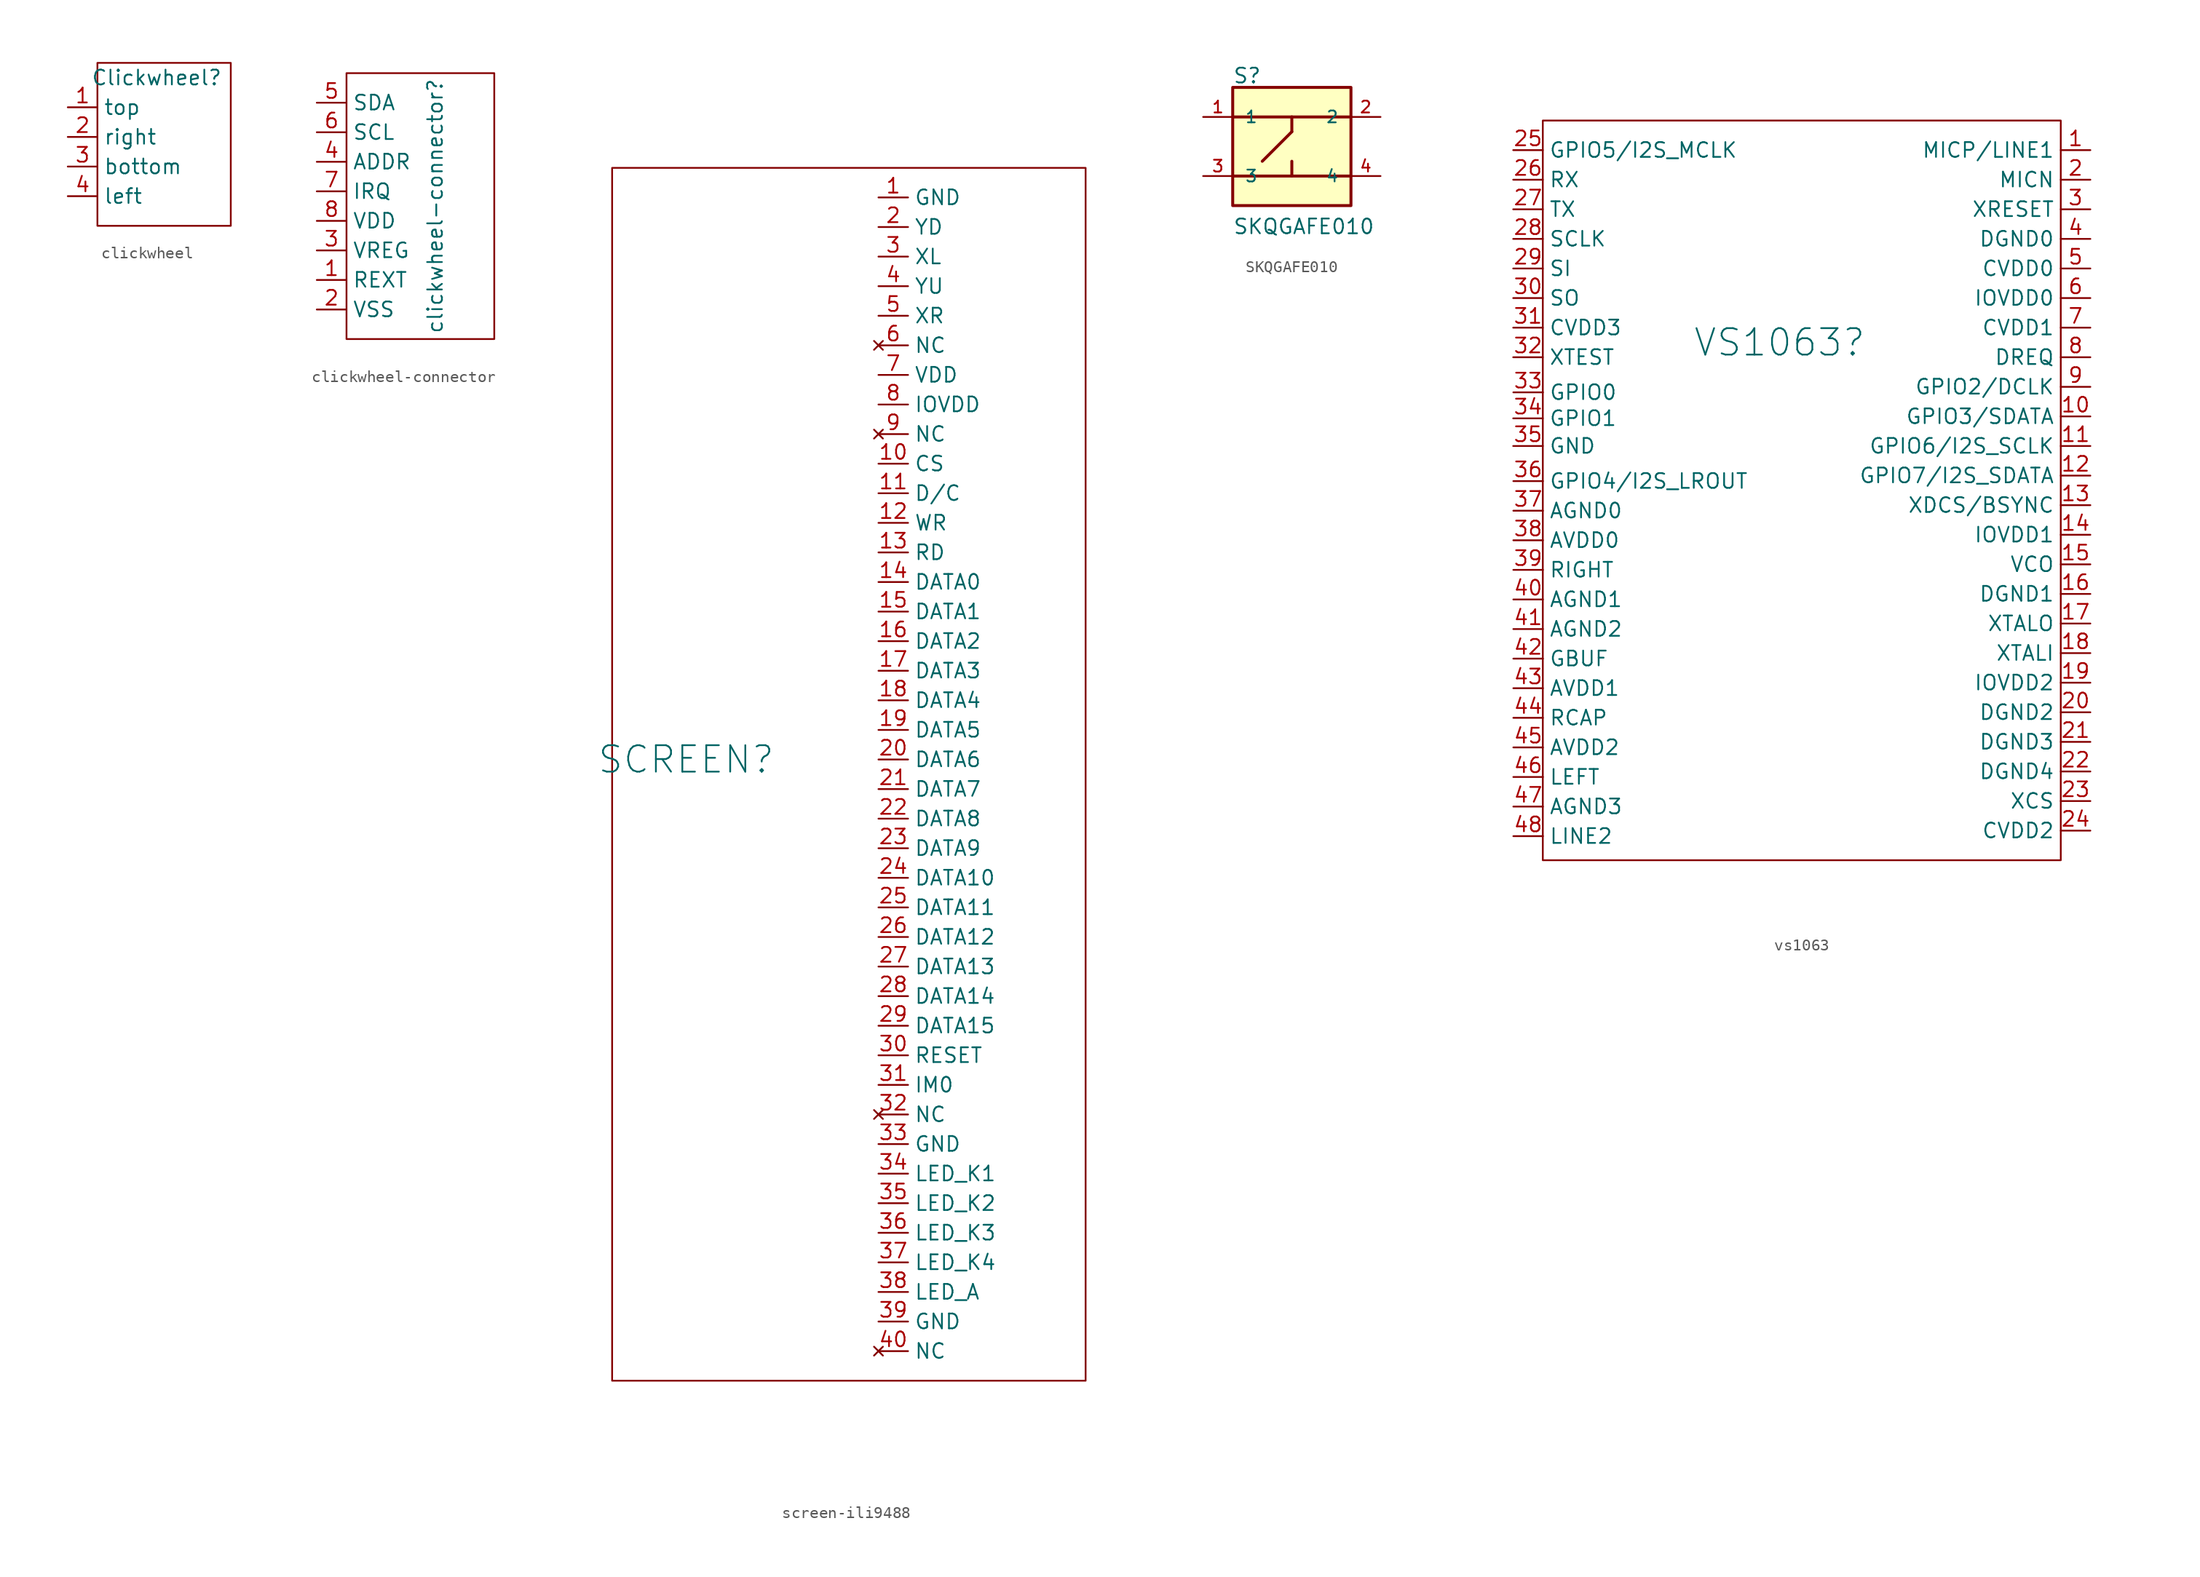
<source format=kicad_sym>
(kicad_symbol_lib
  (version 20220914)
  (generator kicad_symbol_editor)
  (symbol "clickwheel"
    (property "Reference" "Clickwheel"
      (at 0 5.08 0)
      (effects (font (size 1.27 1.27))))
    (property "Value" ""
      (at 0 -2.54 0)
      (effects (font (size 1.27 1.27))))
    (symbol "clickwheel_0_1"
      (rectangle (start -5.08 6.35) (end 6.35 -7.62) (stroke (width 0) (type default)) (fill (type none))))
    (symbol "clickwheel_1_1"
      (pin input line (at -7.62 2.54 0) (length 2.54) (name "top" (effects (font (size 1.27 1.27)))) (number "1" (effects (font (size 1.27 1.27)))))
      (pin input line (at -7.62 0 0) (length 2.54) (name "right" (effects (font (size 1.27 1.27)))) (number "2" (effects (font (size 1.27 1.27)))))
      (pin input line (at -7.62 -2.54 0) (length 2.54) (name "bottom" (effects (font (size 1.27 1.27)))) (number "3" (effects (font (size 1.27 1.27)))))
      (pin input line (at -7.62 -5.08 0) (length 2.54) (name "left" (effects (font (size 1.27 1.27)))) (number "4" (effects (font (size 1.27 1.27)))))))
  (symbol "clickwheel-connector"
    (property "Reference" "clickwheel-connector"
      (at 1.284 -2.54 90)
      (effects (font (size 1.27 1.27))))
    (property "Value" ""
      (at 0.014 -1.27 0)
      (effects (font (size 1.27 1.27))))
    (symbol "clickwheel-connector_0_1"
      (rectangle (start -6.336 8.89) (end 6.364 -13.97) (stroke (width 0) (type default)) (fill (type none))))
    (symbol "clickwheel-connector_1_1"
      (pin passive line (at -8.89 -8.89 0) (length 2.54) (name "REXT" (effects (font (size 1.27 1.27)))) (number "1" (effects (font (size 1.27 1.27)))))
      (pin power_in line (at -8.89 -11.43 0) (length 2.54) (name "VSS" (effects (font (size 1.27 1.27)))) (number "2" (effects (font (size 1.27 1.27)))))
      (pin input line (at -8.89 -6.35 0) (length 2.54) (name "VREG" (effects (font (size 1.27 1.27)))) (number "3" (effects (font (size 1.27 1.27)))))
      (pin input line (at -8.89 1.27 0) (length 2.54) (name "ADDR" (effects (font (size 1.27 1.27)))) (number "4" (effects (font (size 1.27 1.27)))))
      (pin bidirectional line (at -8.89 6.35 0) (length 2.54) (name "SDA" (effects (font (size 1.27 1.27)))) (number "5" (effects (font (size 1.27 1.27)))))
      (pin input line (at -8.89 3.81 0) (length 2.54) (name "SCL" (effects (font (size 1.27 1.27)))) (number "6" (effects (font (size 1.27 1.27)))))
      (pin input line (at -8.89 -1.27 0) (length 2.54) (name "IRQ" (effects (font (size 1.27 1.27)))) (number "7" (effects (font (size 1.27 1.27)))))
      (pin power_in line (at -8.89 -3.81 0) (length 2.54) (name "VDD" (effects (font (size 1.27 1.27)))) (number "8" (effects (font (size 1.27 1.27)))))))
  (symbol "screen-ili9488"
    (property "Reference" "SCREEN"
      (at -7.62 0 0)
      (effects (font (size 2.27 2.27))))
    (property "Value" ""
      (at 2.54 40.64 0)
      (effects (font (size 1.27 1.27))))
    (symbol "screen-ili9488_0_1"
      (rectangle (start -13.97 50.8) (end 26.67 -53.34) (stroke (width 0) (type default)) (fill (type none))))
    (symbol "screen-ili9488_1_1"
      (pin free line (at 8.89 48.26 0) (length 2.54) (name "GND" (effects (font (size 1.27 1.27)))) (number "1" (effects (font (size 1.27 1.27)))))
      (pin input line (at 8.89 25.4 0) (length 2.54) (name "CS" (effects (font (size 1.27 1.27)))) (number "10" (effects (font (size 1.27 1.27)))))
      (pin input line (at 8.89 22.86 0) (length 2.54) (name "D/C" (effects (font (size 1.27 1.27)))) (number "11" (effects (font (size 1.27 1.27)))))
      (pin input line (at 8.89 20.32 0) (length 2.54) (name "WR" (effects (font (size 1.27 1.27)))) (number "12" (effects (font (size 1.27 1.27)))))
      (pin input line (at 8.89 17.78 0) (length 2.54) (name "RD" (effects (font (size 1.27 1.27)))) (number "13" (effects (font (size 1.27 1.27)))))
      (pin bidirectional line (at 8.89 15.24 0) (length 2.54) (name "DATA0" (effects (font (size 1.27 1.27)))) (number "14" (effects (font (size 1.27 1.27)))))
      (pin bidirectional line (at 8.89 12.7 0) (length 2.54) (name "DATA1" (effects (font (size 1.27 1.27)))) (number "15" (effects (font (size 1.27 1.27)))))
      (pin bidirectional line (at 8.89 10.16 0) (length 2.54) (name "DATA2" (effects (font (size 1.27 1.27)))) (number "16" (effects (font (size 1.27 1.27)))))
      (pin bidirectional line (at 8.89 7.62 0) (length 2.54) (name "DATA3" (effects (font (size 1.27 1.27)))) (number "17" (effects (font (size 1.27 1.27)))))
      (pin bidirectional line (at 8.89 5.08 0) (length 2.54) (name "DATA4" (effects (font (size 1.27 1.27)))) (number "18" (effects (font (size 1.27 1.27)))))
      (pin bidirectional line (at 8.89 2.54 0) (length 2.54) (name "DATA5" (effects (font (size 1.27 1.27)))) (number "19" (effects (font (size 1.27 1.27)))))
      (pin input line (at 8.89 45.72 0) (length 2.54) (name "YD" (effects (font (size 1.27 1.27)))) (number "2" (effects (font (size 1.27 1.27)))))
      (pin bidirectional line (at 8.89 0 0) (length 2.54) (name "DATA6" (effects (font (size 1.27 1.27)))) (number "20" (effects (font (size 1.27 1.27)))))
      (pin bidirectional line (at 8.89 -2.54 0) (length 2.54) (name "DATA7" (effects (font (size 1.27 1.27)))) (number "21" (effects (font (size 1.27 1.27)))))
      (pin bidirectional line (at 8.89 -5.08 0) (length 2.54) (name "DATA8" (effects (font (size 1.27 1.27)))) (number "22" (effects (font (size 1.27 1.27)))))
      (pin bidirectional line (at 8.89 -7.62 0) (length 2.54) (name "DATA9" (effects (font (size 1.27 1.27)))) (number "23" (effects (font (size 1.27 1.27)))))
      (pin bidirectional line (at 8.89 -10.16 0) (length 2.54) (name "DATA10" (effects (font (size 1.27 1.27)))) (number "24" (effects (font (size 1.27 1.27)))))
      (pin bidirectional line (at 8.89 -12.7 0) (length 2.54) (name "DATA11" (effects (font (size 1.27 1.27)))) (number "25" (effects (font (size 1.27 1.27)))))
      (pin bidirectional line (at 8.89 -15.24 0) (length 2.54) (name "DATA12" (effects (font (size 1.27 1.27)))) (number "26" (effects (font (size 1.27 1.27)))))
      (pin bidirectional line (at 8.89 -17.78 0) (length 2.54) (name "DATA13" (effects (font (size 1.27 1.27)))) (number "27" (effects (font (size 1.27 1.27)))))
      (pin bidirectional line (at 8.89 -20.32 0) (length 2.54) (name "DATA14" (effects (font (size 1.27 1.27)))) (number "28" (effects (font (size 1.27 1.27)))))
      (pin bidirectional line (at 8.89 -22.86 0) (length 2.54) (name "DATA15" (effects (font (size 1.27 1.27)))) (number "29" (effects (font (size 1.27 1.27)))))
      (pin input line (at 8.89 43.18 0) (length 2.54) (name "XL" (effects (font (size 1.27 1.27)))) (number "3" (effects (font (size 1.27 1.27)))))
      (pin input line (at 8.89 -25.4 0) (length 2.54) (name "RESET" (effects (font (size 1.27 1.27)))) (number "30" (effects (font (size 1.27 1.27)))))
      (pin input line (at 8.89 -27.94 0) (length 2.54) (name "IM0" (effects (font (size 1.27 1.27)))) (number "31" (effects (font (size 1.27 1.27)))))
      (pin no_connect line (at 8.89 -30.48 0) (length 2.54) (name "NC" (effects (font (size 1.27 1.27)))) (number "32" (effects (font (size 1.27 1.27)))))
      (pin power_in line (at 8.89 -33.02 0) (length 2.54) (name "GND" (effects (font (size 1.27 1.27)))) (number "33" (effects (font (size 1.27 1.27)))))
      (pin power_in line (at 8.89 -35.56 0) (length 2.54) (name "LED_K1" (effects (font (size 1.27 1.27)))) (number "34" (effects (font (size 1.27 1.27)))))
      (pin power_in line (at 8.89 -38.1 0) (length 2.54) (name "LED_K2" (effects (font (size 1.27 1.27)))) (number "35" (effects (font (size 1.27 1.27)))))
      (pin power_in line (at 8.89 -40.64 0) (length 2.54) (name "LED_K3" (effects (font (size 1.27 1.27)))) (number "36" (effects (font (size 1.27 1.27)))))
      (pin power_in line (at 8.89 -43.18 0) (length 2.54) (name "LED_K4" (effects (font (size 1.27 1.27)))) (number "37" (effects (font (size 1.27 1.27)))))
      (pin power_in line (at 8.89 -45.72 0) (length 2.54) (name "LED_A" (effects (font (size 1.27 1.27)))) (number "38" (effects (font (size 1.27 1.27)))))
      (pin power_in line (at 8.89 -48.26 0) (length 2.54) (name "GND" (effects (font (size 1.27 1.27)))) (number "39" (effects (font (size 1.27 1.27)))))
      (pin input line (at 8.89 40.64 0) (length 2.54) (name "YU" (effects (font (size 1.27 1.27)))) (number "4" (effects (font (size 1.27 1.27)))))
      (pin no_connect line (at 8.89 -50.8 0) (length 2.54) (name "NC" (effects (font (size 1.27 1.27)))) (number "40" (effects (font (size 1.27 1.27)))))
      (pin input line (at 8.89 38.1 0) (length 2.54) (name "XR" (effects (font (size 1.27 1.27)))) (number "5" (effects (font (size 1.27 1.27)))))
      (pin no_connect line (at 8.89 35.56 0) (length 2.54) (name "NC" (effects (font (size 1.27 1.27)))) (number "6" (effects (font (size 1.27 1.27)))))
      (pin power_in line (at 8.89 33.02 0) (length 2.54) (name "VDD" (effects (font (size 1.27 1.27)))) (number "7" (effects (font (size 1.27 1.27)))))
      (pin power_in line (at 8.89 30.48 0) (length 2.54) (name "IOVDD" (effects (font (size 1.27 1.27)))) (number "8" (effects (font (size 1.27 1.27)))))
      (pin no_connect line (at 8.89 27.94 0) (length 2.54) (name "NC" (effects (font (size 1.27 1.27)))) (number "9" (effects (font (size 1.27 1.27)))))))
  (symbol "SKQGAFE010"
    (pin_names
      (offset 1.016))
    (property "Reference" "S"
      (at -5.087 5.341 0)
      (effects (font (size 1.27 1.27)) (justify left bottom)))
    (property "Value" "SKQGAFE010"
      (at -5.082 -7.623 0)
      (effects (font (size 1.27 1.27)) (justify left bottom)))
    (symbol "SKQGAFE010_0_0"
      (rectangle (start -5.08 -5.08) (end 5.08 5.08) (stroke (width 0.254) (type default)) (fill (type background)))
      (polyline (pts (xy -5.08 -2.54) (xy 0 -2.54)) (stroke (width 0.254) (type default)) (fill (type none)))
      (polyline (pts (xy -5.08 2.54) (xy 0 2.54)) (stroke (width 0.254) (type default)) (fill (type none)))
      (polyline (pts (xy 0 -2.54) (xy 0 -1.27)) (stroke (width 0.254) (type default)) (fill (type none)))
      (polyline (pts (xy 0 -2.54) (xy 5.08 -2.54)) (stroke (width 0.254) (type default)) (fill (type none)))
      (polyline (pts (xy 0 1.27) (xy -2.54 -1.27)) (stroke (width 0.254) (type default)) (fill (type none)))
      (polyline (pts (xy 0 2.54) (xy 0 1.27)) (stroke (width 0.254) (type default)) (fill (type none)))
      (polyline (pts (xy 0 2.54) (xy 5.08 2.54)) (stroke (width 0.254) (type default)) (fill (type none)))
      (pin passive line (at -7.62 2.54 0) (length 2.54) (name "1" (effects (font (size 1.016 1.016)))) (number "1" (effects (font (size 1.016 1.016)))))
      (pin passive line (at 7.62 2.54 180) (length 2.54) (name "2" (effects (font (size 1.016 1.016)))) (number "2" (effects (font (size 1.016 1.016)))))
      (pin passive line (at -7.62 -2.54 0) (length 2.54) (name "3" (effects (font (size 1.016 1.016)))) (number "3" (effects (font (size 1.016 1.016)))))
      (pin passive line (at 7.62 -2.54 180) (length 2.54) (name "4" (effects (font (size 1.016 1.016)))) (number "4" (effects (font (size 1.016 1.016)))))))
  (symbol "vs1063"
    (property "Reference" "VS1063"
      (at 0 0 0)
      (effects (font (size 2.27 2.27))))
    (property "Value" ""
      (at -8.89 -8.89 0)
      (effects (font (size 1.27 1.27))))
    (symbol "vs1063_0_1"
      (rectangle (start 24.13 -44.45) (end -20.32 19.05) (stroke (width 0) (type default)) (fill (type none))))
    (symbol "vs1063_1_1"
      (pin input line (at 26.67 16.51 180) (length 2.54) (name "MICP/LINE1" (effects (font (size 1.27 1.27)))) (number "1" (effects (font (size 1.27 1.27)))))
      (pin input line (at 26.67 -6.35 180) (length 2.54) (name "GPIO3/SDATA" (effects (font (size 1.27 1.27)))) (number "10" (effects (font (size 1.27 1.27)))))
      (pin input line (at 26.67 -8.89 180) (length 2.54) (name "GPIO6/I2S_SCLK" (effects (font (size 1.27 1.27)))) (number "11" (effects (font (size 1.27 1.27)))))
      (pin input line (at 26.67 -11.43 180) (length 2.54) (name "GPIO7/I2S_SDATA" (effects (font (size 1.27 1.27)))) (number "12" (effects (font (size 1.27 1.27)))))
      (pin input line (at 26.67 -13.97 180) (length 2.54) (name "XDCS/BSYNC" (effects (font (size 1.27 1.27)))) (number "13" (effects (font (size 1.27 1.27)))))
      (pin input line (at 26.67 -16.51 180) (length 2.54) (name "IOVDD1" (effects (font (size 1.27 1.27)))) (number "14" (effects (font (size 1.27 1.27)))))
      (pin input line (at 26.67 -19.05 180) (length 2.54) (name "VCO" (effects (font (size 1.27 1.27)))) (number "15" (effects (font (size 1.27 1.27)))))
      (pin input line (at 26.67 -21.59 180) (length 2.54) (name "DGND1" (effects (font (size 1.27 1.27)))) (number "16" (effects (font (size 1.27 1.27)))))
      (pin input line (at 26.67 -24.13 180) (length 2.54) (name "XTALO" (effects (font (size 1.27 1.27)))) (number "17" (effects (font (size 1.27 1.27)))))
      (pin input line (at 26.67 -26.67 180) (length 2.54) (name "XTALI" (effects (font (size 1.27 1.27)))) (number "18" (effects (font (size 1.27 1.27)))))
      (pin input line (at 26.67 -29.21 180) (length 2.54) (name "IOVDD2" (effects (font (size 1.27 1.27)))) (number "19" (effects (font (size 1.27 1.27)))))
      (pin input line (at 26.67 13.97 180) (length 2.54) (name "MICN" (effects (font (size 1.27 1.27)))) (number "2" (effects (font (size 1.27 1.27)))))
      (pin input line (at 26.67 -31.75 180) (length 2.54) (name "DGND2" (effects (font (size 1.27 1.27)))) (number "20" (effects (font (size 1.27 1.27)))))
      (pin input line (at 26.67 -34.29 180) (length 2.54) (name "DGND3" (effects (font (size 1.27 1.27)))) (number "21" (effects (font (size 1.27 1.27)))))
      (pin input line (at 26.67 -36.83 180) (length 2.54) (name "DGND4" (effects (font (size 1.27 1.27)))) (number "22" (effects (font (size 1.27 1.27)))))
      (pin input line (at 26.67 -39.37 180) (length 2.54) (name "XCS" (effects (font (size 1.27 1.27)))) (number "23" (effects (font (size 1.27 1.27)))))
      (pin input line (at 26.67 -41.91 180) (length 2.54) (name "CVDD2" (effects (font (size 1.27 1.27)))) (number "24" (effects (font (size 1.27 1.27)))))
      (pin input line (at -22.86 16.51 0) (length 2.54) (name "GPIO5/I2S_MCLK" (effects (font (size 1.27 1.27)))) (number "25" (effects (font (size 1.27 1.27)))))
      (pin input line (at -22.86 13.97 0) (length 2.54) (name "RX" (effects (font (size 1.27 1.27)))) (number "26" (effects (font (size 1.27 1.27)))))
      (pin input line (at -22.86 11.43 0) (length 2.54) (name "TX" (effects (font (size 1.27 1.27)))) (number "27" (effects (font (size 1.27 1.27)))))
      (pin input line (at -22.86 8.89 0) (length 2.54) (name "SCLK" (effects (font (size 1.27 1.27)))) (number "28" (effects (font (size 1.27 1.27)))))
      (pin input line (at -22.86 6.35 0) (length 2.54) (name "SI" (effects (font (size 1.27 1.27)))) (number "29" (effects (font (size 1.27 1.27)))))
      (pin input line (at 26.67 11.43 180) (length 2.54) (name "XRESET" (effects (font (size 1.27 1.27)))) (number "3" (effects (font (size 1.27 1.27)))))
      (pin input line (at -22.86 3.81 0) (length 2.54) (name "SO" (effects (font (size 1.27 1.27)))) (number "30" (effects (font (size 1.27 1.27)))))
      (pin input line (at -22.86 1.27 0) (length 2.54) (name "CVDD3" (effects (font (size 1.27 1.27)))) (number "31" (effects (font (size 1.27 1.27)))))
      (pin input line (at -22.86 -1.27 0) (length 2.54) (name "XTEST" (effects (font (size 1.27 1.27)))) (number "32" (effects (font (size 1.27 1.27)))))
      (pin input line (at -22.848 -4.284 0) (length 2.54) (name "GPIO0" (effects (font (size 1.27 1.27)))) (number "33" (effects (font (size 1.27 1.27)))))
      (pin input line (at -22.86 -6.516 0) (length 2.54) (name "GPIO1" (effects (font (size 1.27 1.27)))) (number "34" (effects (font (size 1.27 1.27)))))
      (pin input line (at -22.86 -8.89 0) (length 2.54) (name "GND" (effects (font (size 1.27 1.27)))) (number "35" (effects (font (size 1.27 1.27)))))
      (pin input line (at -22.848 -11.904 0) (length 2.54) (name "GPIO4/I2S_LROUT" (effects (font (size 1.27 1.27)))) (number "36" (effects (font (size 1.27 1.27)))))
      (pin input line (at -22.848 -14.444 0) (length 2.54) (name "AGND0" (effects (font (size 1.27 1.27)))) (number "37" (effects (font (size 1.27 1.27)))))
      (pin input line (at -22.848 -16.984 0) (length 2.54) (name "AVDD0" (effects (font (size 1.27 1.27)))) (number "38" (effects (font (size 1.27 1.27)))))
      (pin input line (at -22.848 -19.524 0) (length 2.54) (name "RIGHT" (effects (font (size 1.27 1.27)))) (number "39" (effects (font (size 1.27 1.27)))))
      (pin input line (at 26.67 8.89 180) (length 2.54) (name "DGND0" (effects (font (size 1.27 1.27)))) (number "4" (effects (font (size 1.27 1.27)))))
      (pin input line (at -22.848 -22.064 0) (length 2.54) (name "AGND1" (effects (font (size 1.27 1.27)))) (number "40" (effects (font (size 1.27 1.27)))))
      (pin input line (at -22.848 -24.604 0) (length 2.54) (name "AGND2" (effects (font (size 1.27 1.27)))) (number "41" (effects (font (size 1.27 1.27)))))
      (pin input line (at -22.848 -27.144 0) (length 2.54) (name "GBUF" (effects (font (size 1.27 1.27)))) (number "42" (effects (font (size 1.27 1.27)))))
      (pin input line (at -22.848 -29.684 0) (length 2.54) (name "AVDD1" (effects (font (size 1.27 1.27)))) (number "43" (effects (font (size 1.27 1.27)))))
      (pin input line (at -22.848 -32.224 0) (length 2.54) (name "RCAP" (effects (font (size 1.27 1.27)))) (number "44" (effects (font (size 1.27 1.27)))))
      (pin input line (at -22.848 -34.764 0) (length 2.54) (name "AVDD2" (effects (font (size 1.27 1.27)))) (number "45" (effects (font (size 1.27 1.27)))))
      (pin input line (at -22.848 -37.304 0) (length 2.54) (name "LEFT" (effects (font (size 1.27 1.27)))) (number "46" (effects (font (size 1.27 1.27)))))
      (pin input line (at -22.848 -39.844 0) (length 2.54) (name "AGND3" (effects (font (size 1.27 1.27)))) (number "47" (effects (font (size 1.27 1.27)))))
      (pin input line (at -22.848 -42.384 0) (length 2.54) (name "LINE2" (effects (font (size 1.27 1.27)))) (number "48" (effects (font (size 1.27 1.27)))))
      (pin input line (at 26.67 6.35 180) (length 2.54) (name "CVDD0" (effects (font (size 1.27 1.27)))) (number "5" (effects (font (size 1.27 1.27)))))
      (pin input line (at 26.67 3.81 180) (length 2.54) (name "IOVDD0" (effects (font (size 1.27 1.27)))) (number "6" (effects (font (size 1.27 1.27)))))
      (pin input line (at 26.67 1.27 180) (length 2.54) (name "CVDD1" (effects (font (size 1.27 1.27)))) (number "7" (effects (font (size 1.27 1.27)))))
      (pin input line (at 26.67 -1.27 180) (length 2.54) (name "DREQ" (effects (font (size 1.27 1.27)))) (number "8" (effects (font (size 1.27 1.27)))))
      (pin input line (at 26.67 -3.81 180) (length 2.54) (name "GPIO2/DCLK" (effects (font (size 1.27 1.27)))) (number "9" (effects (font (size 1.27 1.27))))))))
</source>
